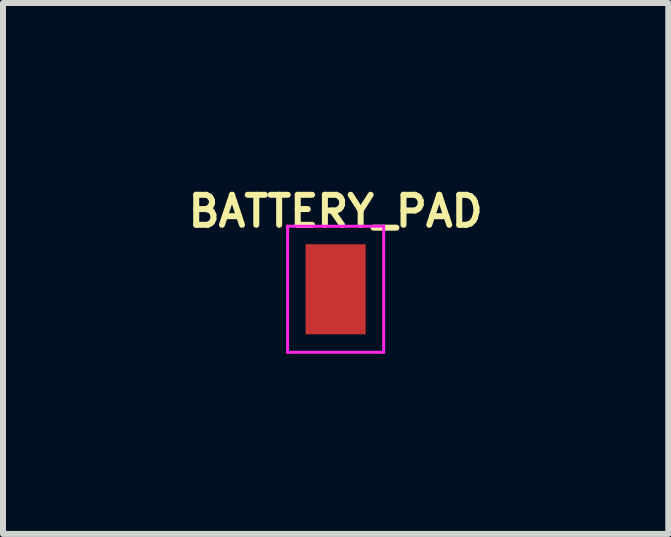
<source format=kicad_pcb>
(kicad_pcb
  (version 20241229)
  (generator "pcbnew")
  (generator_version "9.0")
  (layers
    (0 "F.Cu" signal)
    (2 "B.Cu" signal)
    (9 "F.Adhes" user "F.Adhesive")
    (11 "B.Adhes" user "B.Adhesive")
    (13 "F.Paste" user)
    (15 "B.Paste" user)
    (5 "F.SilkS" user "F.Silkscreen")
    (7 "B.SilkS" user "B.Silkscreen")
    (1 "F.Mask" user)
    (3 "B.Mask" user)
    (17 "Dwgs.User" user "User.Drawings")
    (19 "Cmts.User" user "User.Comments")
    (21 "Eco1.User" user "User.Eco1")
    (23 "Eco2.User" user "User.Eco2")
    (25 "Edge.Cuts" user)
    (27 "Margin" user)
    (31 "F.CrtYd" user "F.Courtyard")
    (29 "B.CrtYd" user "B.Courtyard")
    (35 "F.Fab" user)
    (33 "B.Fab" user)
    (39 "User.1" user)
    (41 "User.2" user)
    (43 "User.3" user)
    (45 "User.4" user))
  (footprint "BATTERY_PAD"
    (layer "F.Cu")
    (at 2.54 1.768)
    (property "Reference" "BATTERY_PAD" (at 0 -1.3 0) (layer "F.SilkS") (effects (font (size 0.5 0.5) (thickness 0.1))))
    (attr smd)
    (fp_line (start -0.8 -1.05) (end -0.8 1.05) (stroke (width 0.05) (type solid)) (layer "F.CrtYd"))
    (fp_line (start -0.8 -1.05) (end 0.8 -1.05) (stroke (width 0.05) (type solid)) (layer "F.CrtYd"))
    (fp_line (start -0.8 1.05) (end 0.8 1.05) (stroke (width 0.05) (type solid)) (layer "F.CrtYd"))
    (fp_line (start 0.8 -1.05) (end 0.8 1.05) (stroke (width 0.05) (type solid)) (layer "F.CrtYd"))
    (pad "1" smd rect (at 0 0) (size 1 1.5) (layers "F.Cu" "F.Mask" "F.Paste")))
  (gr_rect
    (start -3 -3)
    (end 8.081 5.843)
    (stroke (width 0.1) (type default))
    (fill no)
    (layer "Edge.Cuts")))
</source>
